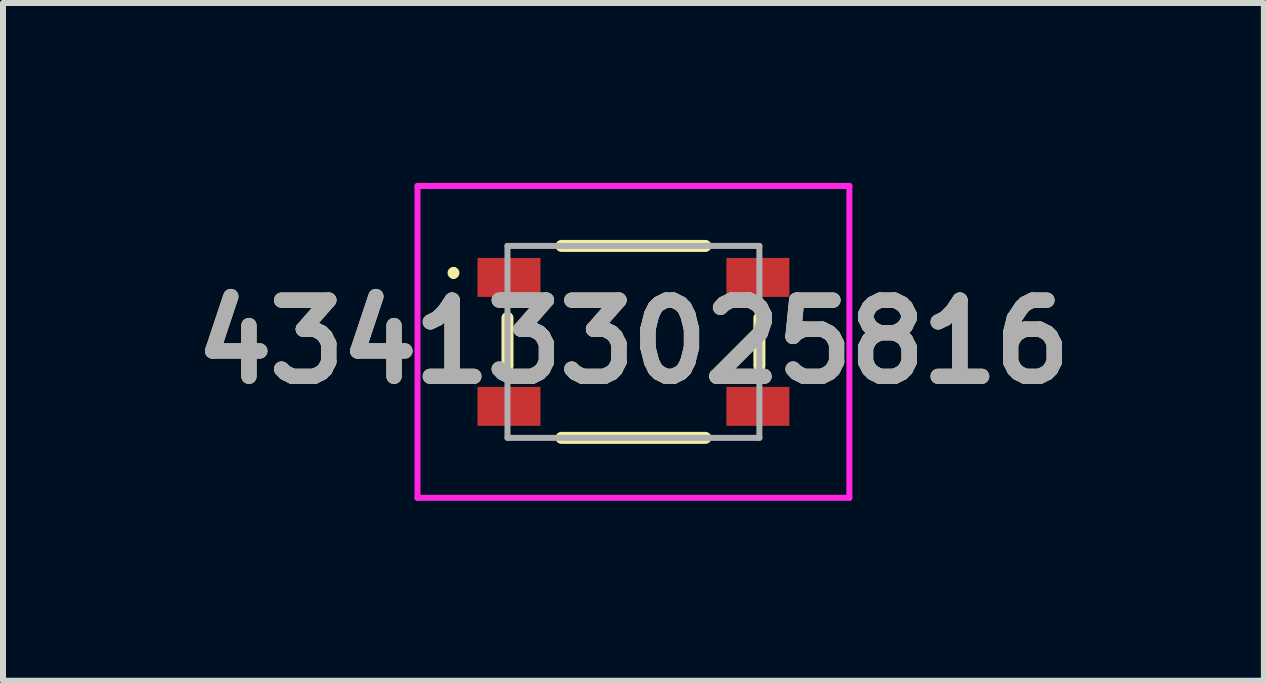
<source format=kicad_pcb>
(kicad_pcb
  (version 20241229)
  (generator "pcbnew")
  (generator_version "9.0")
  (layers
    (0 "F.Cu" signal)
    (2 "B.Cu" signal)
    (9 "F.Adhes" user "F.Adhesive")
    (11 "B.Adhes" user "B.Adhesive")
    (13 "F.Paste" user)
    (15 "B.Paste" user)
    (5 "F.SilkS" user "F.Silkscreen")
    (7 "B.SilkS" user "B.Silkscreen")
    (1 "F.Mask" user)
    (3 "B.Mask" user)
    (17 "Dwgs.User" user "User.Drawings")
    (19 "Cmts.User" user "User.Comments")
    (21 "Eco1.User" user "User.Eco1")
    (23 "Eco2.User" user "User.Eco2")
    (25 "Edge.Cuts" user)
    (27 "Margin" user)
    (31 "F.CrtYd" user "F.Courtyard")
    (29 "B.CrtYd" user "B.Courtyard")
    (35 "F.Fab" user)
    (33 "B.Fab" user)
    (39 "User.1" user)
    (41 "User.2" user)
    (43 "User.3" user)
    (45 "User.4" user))
  (footprint "434133025816"
    (layer "F.Cu")
    (at 7.511 2.65)
    (property "Reference" "434133025816" (at 0 0 0) (layer "F.SilkS") (effects (font (size 1.27 1.27) (thickness 0.254))))
    (attr smd)
    (fp_line (start -3 -1.2) (end -3 -1.2) (stroke (width 0.1) (type solid)) (layer "F.SilkS"))
    (fp_line (start -3 -1.1) (end -3 -1.1) (stroke (width 0.1) (type solid)) (layer "F.SilkS"))
    (fp_line (start -2.1 0.4) (end -2.1 -0.4) (stroke (width 0.2) (type solid)) (layer "F.SilkS"))
    (fp_line (start -1.2 -1.6) (end 1.2 -1.6) (stroke (width 0.2) (type solid)) (layer "F.SilkS"))
    (fp_line (start -1.2 1.6) (end 1.2 1.6) (stroke (width 0.2) (type solid)) (layer "F.SilkS"))
    (fp_line (start 2.1 0.4) (end 2.1 -0.4) (stroke (width 0.2) (type solid)) (layer "F.SilkS"))
    (fp_arc (start -3 -1.2) (mid -2.95 -1.15) (end -3 -1.1) (stroke (width 0.1) (type solid)) (layer "F.SilkS"))
    (fp_arc (start -3 -1.1) (mid -3.05 -1.15) (end -3 -1.2) (stroke (width 0.1) (type solid)) (layer "F.SilkS"))
    (fp_line (start -3.6 -2.6) (end 3.6 -2.6) (stroke (width 0.1) (type solid)) (layer "F.CrtYd"))
    (fp_line (start -3.6 2.6) (end -3.6 -2.6) (stroke (width 0.1) (type solid)) (layer "F.CrtYd"))
    (fp_line (start 3.6 -2.6) (end 3.6 2.6) (stroke (width 0.1) (type solid)) (layer "F.CrtYd"))
    (fp_line (start 3.6 2.6) (end -3.6 2.6) (stroke (width 0.1) (type solid)) (layer "F.CrtYd"))
    (fp_line (start -2.1 -1.6) (end 2.1 -1.6) (stroke (width 0.1) (type solid)) (layer "F.Fab"))
    (fp_line (start -2.1 1.6) (end -2.1 -1.6) (stroke (width 0.1) (type solid)) (layer "F.Fab"))
    (fp_line (start 2.1 -1.6) (end 2.1 1.6) (stroke (width 0.1) (type solid)) (layer "F.Fab"))
    (fp_line (start 2.1 1.6) (end -2.1 1.6) (stroke (width 0.1) (type solid)) (layer "F.Fab"))
    (fp_text user "${REFERENCE}" (at 0 0 0) (layer "F.Fab") (effects (font (size 1.27 1.27) (thickness 0.254))))
    (pad "1" smd rect (at -2.075 -1.075 90) (size 0.65 1.05) (layers "F.Cu" "F.Mask" "F.Paste"))
    (pad "2" smd rect (at 2.075 -1.075 90) (size 0.65 1.05) (layers "F.Cu" "F.Mask" "F.Paste"))
    (pad "3" smd rect (at -2.075 1.075 90) (size 0.65 1.05) (layers "F.Cu" "F.Mask" "F.Paste"))
    (pad "4" smd rect (at 2.075 1.075 90) (size 0.65 1.05) (layers "F.Cu" "F.Mask" "F.Paste")))
  (gr_rect
    (start -3 -3)
    (end 18.022 8.3)
    (stroke (width 0.1) (type default))
    (fill no)
    (layer "Edge.Cuts")))
</source>
